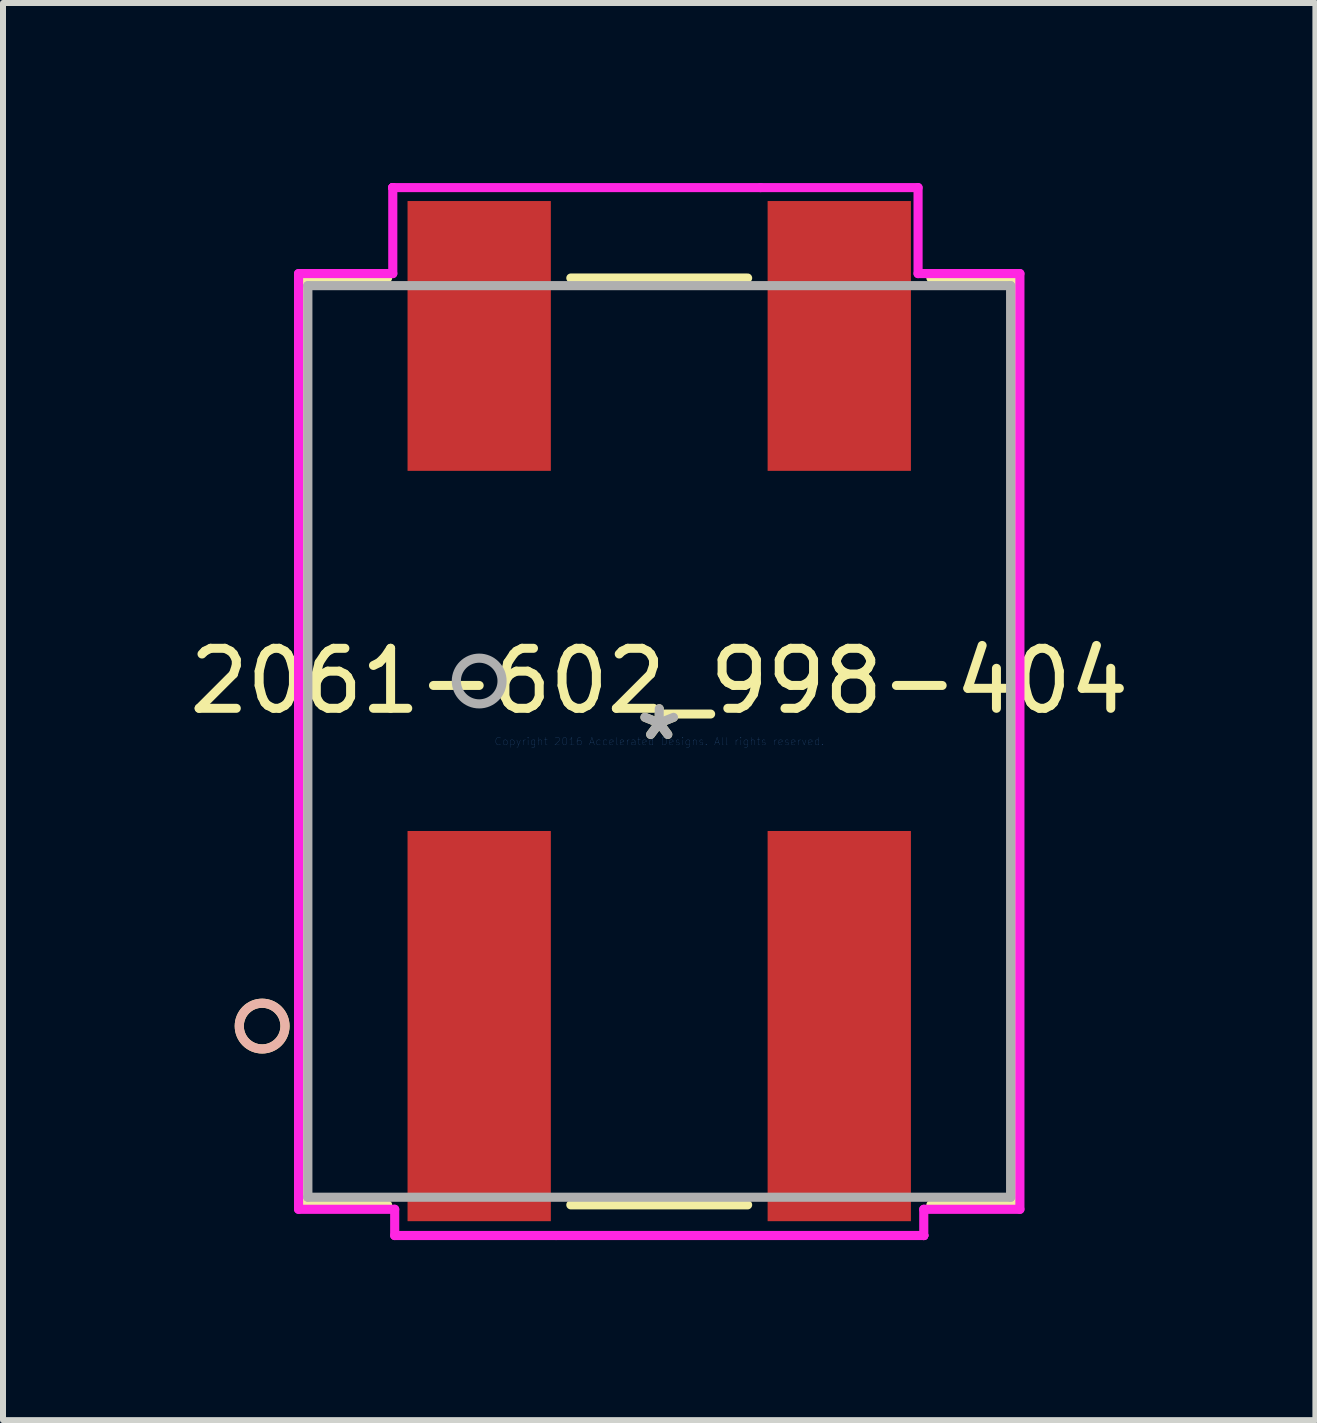
<source format=kicad_pcb>
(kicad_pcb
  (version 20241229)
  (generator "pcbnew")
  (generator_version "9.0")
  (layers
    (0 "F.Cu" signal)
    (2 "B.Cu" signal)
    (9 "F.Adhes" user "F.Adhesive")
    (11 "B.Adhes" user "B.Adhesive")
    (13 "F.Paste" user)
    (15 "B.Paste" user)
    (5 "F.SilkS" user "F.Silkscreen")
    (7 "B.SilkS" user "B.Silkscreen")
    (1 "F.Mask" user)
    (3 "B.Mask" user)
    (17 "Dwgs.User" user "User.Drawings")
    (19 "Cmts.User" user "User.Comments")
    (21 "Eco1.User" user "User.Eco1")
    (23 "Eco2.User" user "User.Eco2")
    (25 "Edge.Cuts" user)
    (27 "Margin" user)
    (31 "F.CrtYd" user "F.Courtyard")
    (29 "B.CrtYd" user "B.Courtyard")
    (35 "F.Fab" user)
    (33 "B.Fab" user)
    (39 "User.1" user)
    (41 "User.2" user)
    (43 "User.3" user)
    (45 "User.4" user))
  (footprint "2061-602_998-404"
    (layer "F.Cu")
    (at 7.935 9.305)
    (property "Reference" "2061-602_998-404" (at 0 -1.007 0) (layer "F.SilkS") (effects (font (size 1 1) (thickness 0.15))))
    (attr through_hole)
    (fp_line (start -5.982 -7.722) (end -5.982 7.722) (stroke (width 0.152) (type solid)) (layer "F.SilkS"))
    (fp_line (start -5.982 7.722) (end -4.527 7.722) (stroke (width 0.152) (type solid)) (layer "F.SilkS"))
    (fp_line (start -4.527 -7.722) (end -5.982 -7.722) (stroke (width 0.152) (type solid)) (layer "F.SilkS"))
    (fp_line (start -1.473 7.722) (end 1.473 7.722) (stroke (width 0.152) (type solid)) (layer "F.SilkS"))
    (fp_line (start 1.473 -7.722) (end -1.473 -7.722) (stroke (width 0.152) (type solid)) (layer "F.SilkS"))
    (fp_line (start 4.527 7.722) (end 5.982 7.722) (stroke (width 0.152) (type solid)) (layer "F.SilkS"))
    (fp_line (start 5.982 -7.722) (end 4.527 -7.722) (stroke (width 0.152) (type solid)) (layer "F.SilkS"))
    (fp_line (start 5.982 7.722) (end 5.982 -7.722) (stroke (width 0.152) (type solid)) (layer "F.SilkS"))
    (fp_circle (center -6.617 4.743) (end -6.236 4.743) (stroke (width 0.152) (type solid)) (fill no) (layer "F.SilkS"))
    (fp_circle (center -6.617 4.743) (end -6.236 4.743) (stroke (width 0.152) (type solid)) (fill no) (layer "B.SilkS"))
    (fp_line (start -6.01 -7.796) (end -6.01 7.796) (stroke (width 0.152) (type solid)) (layer "F.CrtYd"))
    (fp_line (start -6.01 7.796) (end -4.408 7.796) (stroke (width 0.152) (type solid)) (layer "F.CrtYd"))
    (fp_line (start -4.44 -9.229) (end -4.44 -9.229) (stroke (width 0.152) (type solid)) (layer "F.CrtYd"))
    (fp_line (start -4.44 -9.229) (end -4.44 -9.229) (stroke (width 0.152) (type solid)) (layer "F.CrtYd"))
    (fp_line (start -4.44 -9.229) (end -4.44 -9.229) (stroke (width 0.152) (type solid)) (layer "F.CrtYd"))
    (fp_line (start -4.44 -9.229) (end -4.44 -7.796) (stroke (width 0.152) (type solid)) (layer "F.CrtYd"))
    (fp_line (start -4.44 -7.796) (end -6.01 -7.796) (stroke (width 0.152) (type solid)) (layer "F.CrtYd"))
    (fp_line (start -4.408 7.796) (end -4.408 8.233) (stroke (width 0.152) (type solid)) (layer "F.CrtYd"))
    (fp_line (start -4.408 8.233) (end -1.719 8.233) (stroke (width 0.152) (type solid)) (layer "F.CrtYd"))
    (fp_line (start -1.719 8.233) (end 4.408 8.233) (stroke (width 0.152) (type solid)) (layer "F.CrtYd"))
    (fp_line (start 1.687 -9.229) (end -4.44 -9.229) (stroke (width 0.152) (type solid)) (layer "F.CrtYd"))
    (fp_line (start 4.313 -9.229) (end 1.687 -9.229) (stroke (width 0.152) (type solid)) (layer "F.CrtYd"))
    (fp_line (start 4.313 -7.796) (end 4.313 -9.229) (stroke (width 0.152) (type solid)) (layer "F.CrtYd"))
    (fp_line (start 4.408 7.796) (end 6.01 7.796) (stroke (width 0.152) (type solid)) (layer "F.CrtYd"))
    (fp_line (start 4.408 8.233) (end 4.408 7.796) (stroke (width 0.152) (type solid)) (layer "F.CrtYd"))
    (fp_line (start 4.408 8.233) (end 4.408 8.233) (stroke (width 0.152) (type solid)) (layer "F.CrtYd"))
    (fp_line (start 4.408 8.233) (end 4.408 8.233) (stroke (width 0.152) (type solid)) (layer "F.CrtYd"))
    (fp_line (start 4.408 8.233) (end 4.408 8.233) (stroke (width 0.152) (type solid)) (layer "F.CrtYd"))
    (fp_line (start 6.01 7.796) (end 6.01 -7.796) (stroke (width 0.152) (type solid)) (layer "F.CrtYd"))
    (fp_line (start 6.01 -7.796) (end 4.313 -7.796) (stroke (width 0.152) (type solid)) (layer "F.CrtYd"))
    (fp_line (start -5.855 -7.595) (end -5.855 7.595) (stroke (width 0.152) (type solid)) (layer "F.Fab"))
    (fp_line (start -5.855 7.595) (end 5.855 7.595) (stroke (width 0.152) (type solid)) (layer "F.Fab"))
    (fp_line (start 5.855 -7.595) (end -5.855 -7.595) (stroke (width 0.152) (type solid)) (layer "F.Fab"))
    (fp_line (start 5.855 7.595) (end 5.855 -7.595) (stroke (width 0.152) (type solid)) (layer "F.Fab"))
    (fp_circle (center -3 -1.007) (end -2.619 -1.007) (stroke (width 0.152) (type solid)) (fill no) (layer "F.Fab"))
    (fp_text user "*" (at 0 0 0) (layer "F.SilkS") (effects (font (size 1 1) (thickness 0.15))))
    (fp_text user "Copyright 2016 Accelerated Designs. All rights reserved." (at 0 0 0) (layer "Cmts.User") (effects (font (size 0.127 0.127) (thickness 0.002))))
    (fp_text user "*" (at 0 0 0) (layer "F.Fab") (effects (font (size 1 1) (thickness 0.15))))
    (pad "1" smd rect (at -3 -6.757) (size 2.388 4.496) (layers "F.Cu" "F.Mask" "F.Paste"))
    (pad "1" smd rect (at -3 4.743) (size 2.388 6.502) (layers "F.Cu" "F.Mask" "F.Paste"))
    (pad "2" smd rect (at 3 -6.757) (size 2.388 4.496) (layers "F.Cu" "F.Mask" "F.Paste"))
    (pad "2" smd rect (at 3 4.743) (size 2.388 6.502) (layers "F.Cu" "F.Mask" "F.Paste")))
  (gr_rect
    (start -3 -3)
    (end 18.869 20.614)
    (stroke (width 0.1) (type default))
    (fill no)
    (layer "Edge.Cuts")))
</source>
